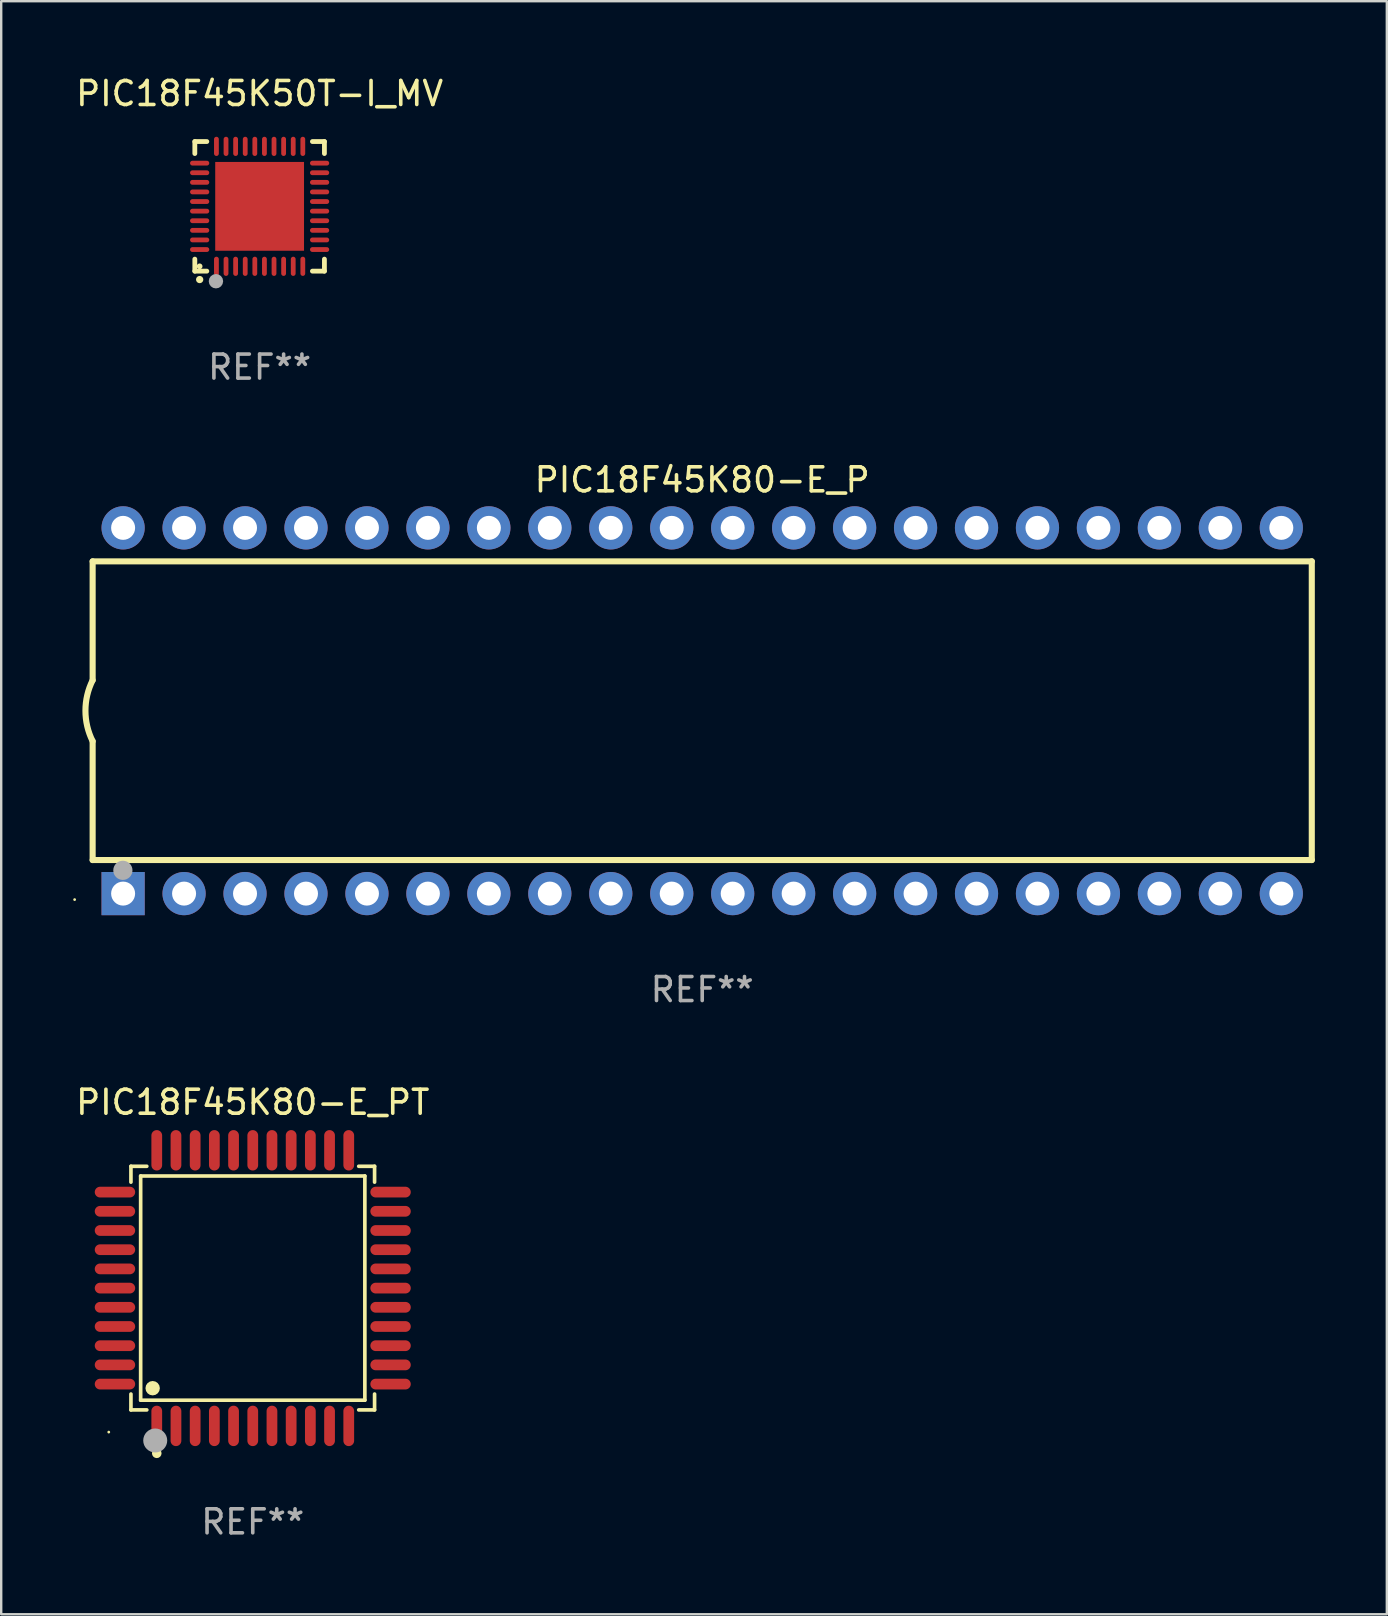
<source format=kicad_pcb>
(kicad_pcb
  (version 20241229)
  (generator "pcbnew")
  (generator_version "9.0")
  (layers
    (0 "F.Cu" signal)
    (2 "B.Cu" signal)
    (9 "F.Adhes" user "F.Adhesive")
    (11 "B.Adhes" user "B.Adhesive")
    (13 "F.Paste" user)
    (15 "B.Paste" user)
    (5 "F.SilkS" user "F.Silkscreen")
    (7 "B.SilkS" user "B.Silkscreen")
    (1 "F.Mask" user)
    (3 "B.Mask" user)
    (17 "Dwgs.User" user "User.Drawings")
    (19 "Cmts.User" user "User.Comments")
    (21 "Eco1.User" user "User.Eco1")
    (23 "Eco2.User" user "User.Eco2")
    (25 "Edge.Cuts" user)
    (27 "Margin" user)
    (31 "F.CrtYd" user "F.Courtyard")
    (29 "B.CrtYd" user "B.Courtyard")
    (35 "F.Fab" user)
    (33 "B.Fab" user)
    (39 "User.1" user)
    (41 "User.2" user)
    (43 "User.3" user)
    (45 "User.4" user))
  (footprint "PIC18F45K80-E_P"
    (layer "F.Cu")
    (at 26.21 26.565)
    (property "Reference" "PIC18F45K80-E_P" (at 0 -9.62 0) (layer "F.SilkS") (effects (font (size 1 1) (thickness 0.15))))
    (attr through_hole)
    (fp_line (start -25.4 -6.224) (end -25.4 -1.271) (stroke (width 0.254) (type solid)) (layer "F.SilkS"))
    (fp_line (start -25.4 -6.224) (end 25.4 -6.224) (stroke (width 0.254) (type solid)) (layer "F.SilkS"))
    (fp_line (start -25.4 1.269) (end -25.4 6.222) (stroke (width 0.254) (type solid)) (layer "F.SilkS"))
    (fp_line (start -25.4 6.222) (end 25.4 6.222) (stroke (width 0.254) (type solid)) (layer "F.SilkS"))
    (fp_line (start 25.4 6.222) (end 25.4 -6.224) (stroke (width 0.254) (type solid)) (layer "F.SilkS"))
    (fp_arc (start -25.4 1.269241) (mid -25.699807 -0.000762) (end -25.4 -1.270765) (stroke (width 0.254001) (type solid)) (layer "F.SilkS"))
    (fp_circle (center -26.15 7.87) (end -26.12 7.87) (stroke (width 0.06) (type solid)) (fill no) (layer "F.SilkS"))
    (fp_circle (center -24.14 6.65) (end -23.94 6.65) (stroke (width 0.4) (type solid)) (fill no) (layer "F.Fab"))
    (fp_text user "REF**" (at 0 11.62 0) (layer "F.Fab") (effects (font (size 1 1) (thickness 0.15))))
    (pad "1" thru_hole rect (at -24.13 7.62 90) (size 1.8 1.8) (drill 1) (layers "*.Cu" "*.Mask"))
    (pad "2" thru_hole circle (at -21.59 7.62) (size 1.8 1.8) (drill 1) (layers "*.Cu" "*.Mask"))
    (pad "3" thru_hole circle (at -19.05 7.62) (size 1.8 1.8) (drill 1) (layers "*.Cu" "*.Mask"))
    (pad "4" thru_hole circle (at -16.51 7.62) (size 1.8 1.8) (drill 1) (layers "*.Cu" "*.Mask"))
    (pad "5" thru_hole circle (at -13.97 7.62) (size 1.8 1.8) (drill 1) (layers "*.Cu" "*.Mask"))
    (pad "6" thru_hole circle (at -11.43 7.62) (size 1.8 1.8) (drill 1) (layers "*.Cu" "*.Mask"))
    (pad "7" thru_hole circle (at -8.89 7.62) (size 1.8 1.8) (drill 1) (layers "*.Cu" "*.Mask"))
    (pad "8" thru_hole circle (at -6.35 7.62) (size 1.8 1.8) (drill 1) (layers "*.Cu" "*.Mask"))
    (pad "9" thru_hole circle (at -3.81 7.62) (size 1.8 1.8) (drill 1) (layers "*.Cu" "*.Mask"))
    (pad "10" thru_hole circle (at -1.27 7.62) (size 1.8 1.8) (drill 1) (layers "*.Cu" "*.Mask"))
    (pad "11" thru_hole circle (at 1.27 7.62) (size 1.8 1.8) (drill 1) (layers "*.Cu" "*.Mask"))
    (pad "12" thru_hole circle (at 3.81 7.62) (size 1.8 1.8) (drill 1) (layers "*.Cu" "*.Mask"))
    (pad "13" thru_hole circle (at 6.35 7.62) (size 1.8 1.8) (drill 1) (layers "*.Cu" "*.Mask"))
    (pad "14" thru_hole circle (at 8.89 7.62) (size 1.8 1.8) (drill 1) (layers "*.Cu" "*.Mask"))
    (pad "15" thru_hole circle (at 11.43 7.62) (size 1.8 1.8) (drill 1) (layers "*.Cu" "*.Mask"))
    (pad "16" thru_hole circle (at 13.97 7.62) (size 1.8 1.8) (drill 1) (layers "*.Cu" "*.Mask"))
    (pad "17" thru_hole circle (at 16.51 7.62) (size 1.8 1.8) (drill 1) (layers "*.Cu" "*.Mask"))
    (pad "18" thru_hole circle (at 19.05 7.62) (size 1.8 1.8) (drill 1) (layers "*.Cu" "*.Mask"))
    (pad "19" thru_hole circle (at 21.59 7.62) (size 1.8 1.8) (drill 1) (layers "*.Cu" "*.Mask"))
    (pad "20" thru_hole circle (at 24.13 7.62) (size 1.8 1.8) (drill 1) (layers "*.Cu" "*.Mask"))
    (pad "21" thru_hole circle (at 24.13 -7.62) (size 1.8 1.8) (drill 1) (layers "*.Cu" "*.Mask"))
    (pad "22" thru_hole circle (at 21.59 -7.62) (size 1.8 1.8) (drill 1) (layers "*.Cu" "*.Mask"))
    (pad "23" thru_hole circle (at 19.05 -7.62) (size 1.8 1.8) (drill 1) (layers "*.Cu" "*.Mask"))
    (pad "24" thru_hole circle (at 16.51 -7.62) (size 1.8 1.8) (drill 1) (layers "*.Cu" "*.Mask"))
    (pad "25" thru_hole circle (at 13.97 -7.62) (size 1.8 1.8) (drill 1) (layers "*.Cu" "*.Mask"))
    (pad "26" thru_hole circle (at 11.43 -7.62) (size 1.8 1.8) (drill 1) (layers "*.Cu" "*.Mask"))
    (pad "27" thru_hole circle (at 8.89 -7.62) (size 1.8 1.8) (drill 1) (layers "*.Cu" "*.Mask"))
    (pad "28" thru_hole circle (at 6.35 -7.62) (size 1.8 1.8) (drill 1) (layers "*.Cu" "*.Mask"))
    (pad "29" thru_hole circle (at 3.81 -7.62) (size 1.8 1.8) (drill 1) (layers "*.Cu" "*.Mask"))
    (pad "30" thru_hole circle (at 1.27 -7.62) (size 1.8 1.8) (drill 1) (layers "*.Cu" "*.Mask"))
    (pad "31" thru_hole circle (at -1.27 -7.62) (size 1.8 1.8) (drill 1) (layers "*.Cu" "*.Mask"))
    (pad "32" thru_hole circle (at -3.81 -7.62) (size 1.8 1.8) (drill 1) (layers "*.Cu" "*.Mask"))
    (pad "33" thru_hole circle (at -6.35 -7.62) (size 1.8 1.8) (drill 1) (layers "*.Cu" "*.Mask"))
    (pad "34" thru_hole circle (at -8.89 -7.62) (size 1.8 1.8) (drill 1) (layers "*.Cu" "*.Mask"))
    (pad "35" thru_hole circle (at -11.43 -7.62) (size 1.8 1.8) (drill 1) (layers "*.Cu" "*.Mask"))
    (pad "36" thru_hole circle (at -13.97 -7.62) (size 1.8 1.8) (drill 1) (layers "*.Cu" "*.Mask"))
    (pad "37" thru_hole circle (at -16.51 -7.62) (size 1.8 1.8) (drill 1) (layers "*.Cu" "*.Mask"))
    (pad "38" thru_hole circle (at -19.05 -7.62) (size 1.8 1.8) (drill 1) (layers "*.Cu" "*.Mask"))
    (pad "39" thru_hole circle (at -21.59 -7.62) (size 1.8 1.8) (drill 1) (layers "*.Cu" "*.Mask"))
    (pad "40" thru_hole circle (at -24.13 -7.62) (size 1.8 1.8) (drill 1) (layers "*.Cu" "*.Mask")))
  (footprint "PIC18F45K80-E_PT"
    (layer "F.Cu")
    (at 7.482 50.623)
    (property "Reference" "PIC18F45K80-E_PT" (at 0 -7.742 0) (layer "F.SilkS") (effects (font (size 1 1) (thickness 0.15))))
    (attr through_hole)
    (fp_line (start -5.076 -5.076) (end -4.415 -5.076) (stroke (width 0.152) (type solid)) (layer "F.SilkS"))
    (fp_line (start -5.076 -4.415) (end -5.076 -5.076) (stroke (width 0.152) (type solid)) (layer "F.SilkS"))
    (fp_line (start -5.076 4.415) (end -5.076 5.076) (stroke (width 0.152) (type solid)) (layer "F.SilkS"))
    (fp_line (start -5.076 5.076) (end -4.415 5.076) (stroke (width 0.152) (type solid)) (layer "F.SilkS"))
    (fp_line (start -4.671 -4.671) (end 4.671 -4.671) (stroke (width 0.152) (type solid)) (layer "F.SilkS"))
    (fp_line (start -4.671 4.671) (end -4.671 -4.671) (stroke (width 0.152) (type solid)) (layer "F.SilkS"))
    (fp_line (start 4.671 -4.671) (end 4.671 4.671) (stroke (width 0.152) (type solid)) (layer "F.SilkS"))
    (fp_line (start 4.671 4.671) (end -4.671 4.671) (stroke (width 0.152) (type solid)) (layer "F.SilkS"))
    (fp_line (start 5.076 -5.076) (end 4.415 -5.076) (stroke (width 0.152) (type solid)) (layer "F.SilkS"))
    (fp_line (start 5.076 -4.415) (end 5.076 -5.076) (stroke (width 0.152) (type solid)) (layer "F.SilkS"))
    (fp_line (start 5.076 4.415) (end 5.076 5.076) (stroke (width 0.152) (type solid)) (layer "F.SilkS"))
    (fp_line (start 5.076 5.076) (end 4.415 5.076) (stroke (width 0.152) (type solid)) (layer "F.SilkS"))
    (fp_circle (center -6 6) (end -5.97 6) (stroke (width 0.06) (type solid)) (fill no) (layer "F.SilkS"))
    (fp_circle (center -4.171 4.171) (end -4.021 4.171) (stroke (width 0.3) (type solid)) (fill no) (layer "F.SilkS"))
    (fp_circle (center -4 6.884) (end -3.9 6.884) (stroke (width 0.2) (type solid)) (fill no) (layer "F.SilkS"))
    (fp_circle (center -4.064 6.35) (end -3.814 6.35) (stroke (width 0.5) (type solid)) (fill no) (layer "F.Fab"))
    (fp_text user "REF**" (at 0 9.742 0) (layer "F.Fab") (effects (font (size 1 1) (thickness 0.15))))
    (pad "1" smd oval (at -4 5.742) (size 0.448 1.684) (layers "F.Cu" "F.Mask" "F.Paste"))
    (pad "2" smd oval (at -3.2 5.742) (size 0.448 1.684) (layers "F.Cu" "F.Mask" "F.Paste"))
    (pad "3" smd oval (at -2.4 5.742) (size 0.448 1.684) (layers "F.Cu" "F.Mask" "F.Paste"))
    (pad "4" smd oval (at -1.6 5.742) (size 0.448 1.684) (layers "F.Cu" "F.Mask" "F.Paste"))
    (pad "5" smd oval (at -0.8 5.742) (size 0.448 1.684) (layers "F.Cu" "F.Mask" "F.Paste"))
    (pad "6" smd oval (at 0 5.742) (size 0.448 1.684) (layers "F.Cu" "F.Mask" "F.Paste"))
    (pad "7" smd oval (at 0.8 5.742) (size 0.448 1.684) (layers "F.Cu" "F.Mask" "F.Paste"))
    (pad "8" smd oval (at 1.6 5.742) (size 0.448 1.684) (layers "F.Cu" "F.Mask" "F.Paste"))
    (pad "9" smd oval (at 2.4 5.742) (size 0.448 1.684) (layers "F.Cu" "F.Mask" "F.Paste"))
    (pad "10" smd oval (at 3.2 5.742) (size 0.448 1.684) (layers "F.Cu" "F.Mask" "F.Paste"))
    (pad "11" smd oval (at 4 5.742) (size 0.448 1.684) (layers "F.Cu" "F.Mask" "F.Paste"))
    (pad "12" smd oval (at 5.742 4) (size 1.684 0.448) (layers "F.Cu" "F.Mask" "F.Paste"))
    (pad "13" smd oval (at 5.742 3.2) (size 1.684 0.448) (layers "F.Cu" "F.Mask" "F.Paste"))
    (pad "14" smd oval (at 5.742 2.4) (size 1.684 0.448) (layers "F.Cu" "F.Mask" "F.Paste"))
    (pad "15" smd oval (at 5.742 1.6) (size 1.684 0.448) (layers "F.Cu" "F.Mask" "F.Paste"))
    (pad "16" smd oval (at 5.742 0.8) (size 1.684 0.448) (layers "F.Cu" "F.Mask" "F.Paste"))
    (pad "17" smd oval (at 5.742 0) (size 1.684 0.448) (layers "F.Cu" "F.Mask" "F.Paste"))
    (pad "18" smd oval (at 5.742 -0.8) (size 1.684 0.448) (layers "F.Cu" "F.Mask" "F.Paste"))
    (pad "19" smd oval (at 5.742 -1.6) (size 1.684 0.448) (layers "F.Cu" "F.Mask" "F.Paste"))
    (pad "20" smd oval (at 5.742 -2.4) (size 1.684 0.448) (layers "F.Cu" "F.Mask" "F.Paste"))
    (pad "21" smd oval (at 5.742 -3.2) (size 1.684 0.448) (layers "F.Cu" "F.Mask" "F.Paste"))
    (pad "22" smd oval (at 5.742 -4) (size 1.684 0.448) (layers "F.Cu" "F.Mask" "F.Paste"))
    (pad "23" smd oval (at 4 -5.742) (size 0.448 1.684) (layers "F.Cu" "F.Mask" "F.Paste"))
    (pad "24" smd oval (at 3.2 -5.742) (size 0.448 1.684) (layers "F.Cu" "F.Mask" "F.Paste"))
    (pad "25" smd oval (at 2.4 -5.742) (size 0.448 1.684) (layers "F.Cu" "F.Mask" "F.Paste"))
    (pad "26" smd oval (at 1.6 -5.742) (size 0.448 1.684) (layers "F.Cu" "F.Mask" "F.Paste"))
    (pad "27" smd oval (at 0.8 -5.742) (size 0.448 1.684) (layers "F.Cu" "F.Mask" "F.Paste"))
    (pad "28" smd oval (at 0 -5.742) (size 0.448 1.684) (layers "F.Cu" "F.Mask" "F.Paste"))
    (pad "29" smd oval (at -0.8 -5.742) (size 0.448 1.684) (layers "F.Cu" "F.Mask" "F.Paste"))
    (pad "30" smd oval (at -1.6 -5.742) (size 0.448 1.684) (layers "F.Cu" "F.Mask" "F.Paste"))
    (pad "31" smd oval (at -2.4 -5.742) (size 0.448 1.684) (layers "F.Cu" "F.Mask" "F.Paste"))
    (pad "32" smd oval (at -3.2 -5.742) (size 0.448 1.684) (layers "F.Cu" "F.Mask" "F.Paste"))
    (pad "33" smd oval (at -4 -5.742) (size 0.448 1.684) (layers "F.Cu" "F.Mask" "F.Paste"))
    (pad "34" smd oval (at -5.742 -4) (size 1.684 0.448) (layers "F.Cu" "F.Mask" "F.Paste"))
    (pad "35" smd oval (at -5.742 -3.2) (size 1.684 0.448) (layers "F.Cu" "F.Mask" "F.Paste"))
    (pad "36" smd oval (at -5.742 -2.4) (size 1.684 0.448) (layers "F.Cu" "F.Mask" "F.Paste"))
    (pad "37" smd oval (at -5.742 -1.6) (size 1.684 0.448) (layers "F.Cu" "F.Mask" "F.Paste"))
    (pad "38" smd oval (at -5.742 -0.8) (size 1.684 0.448) (layers "F.Cu" "F.Mask" "F.Paste"))
    (pad "39" smd oval (at -5.742 0) (size 1.684 0.448) (layers "F.Cu" "F.Mask" "F.Paste"))
    (pad "40" smd oval (at -5.742 0.8) (size 1.684 0.448) (layers "F.Cu" "F.Mask" "F.Paste"))
    (pad "41" smd oval (at -5.742 1.6) (size 1.684 0.448) (layers "F.Cu" "F.Mask" "F.Paste"))
    (pad "42" smd oval (at -5.742 2.4) (size 1.684 0.448) (layers "F.Cu" "F.Mask" "F.Paste"))
    (pad "43" smd oval (at -5.742 3.2) (size 1.684 0.448) (layers "F.Cu" "F.Mask" "F.Paste"))
    (pad "44" smd oval (at -5.742 4) (size 1.684 0.448) (layers "F.Cu" "F.Mask" "F.Paste")))
  (footprint "PIC18F45K50T-I_MV"
    (layer "F.Cu")
    (at 7.768 5.548)
    (property "Reference" "PIC18F45K50T-I_MV" (at 0 -4.7 0) (layer "F.SilkS") (effects (font (size 1 1) (thickness 0.15))))
    (attr through_hole)
    (fp_line (start -2.7 -2.7) (end -2.7 -2.2) (stroke (width 0.2) (type solid)) (layer "F.SilkS"))
    (fp_line (start -2.7 2.7) (end -2.7 2.2) (stroke (width 0.2) (type solid)) (layer "F.SilkS"))
    (fp_line (start -2.2 -2.7) (end -2.7 -2.7) (stroke (width 0.2) (type solid)) (layer "F.SilkS"))
    (fp_line (start -2.2 2.7) (end -2.7 2.7) (stroke (width 0.2) (type solid)) (layer "F.SilkS"))
    (fp_line (start 2.7 -2.7) (end 2.2 -2.7) (stroke (width 0.2) (type solid)) (layer "F.SilkS"))
    (fp_line (start 2.7 -2.2) (end 2.7 -2.7) (stroke (width 0.2) (type solid)) (layer "F.SilkS"))
    (fp_line (start 2.7 2.2) (end 2.7 2.7) (stroke (width 0.2) (type solid)) (layer "F.SilkS"))
    (fp_line (start 2.7 2.7) (end 2.2 2.7) (stroke (width 0.2) (type solid)) (layer "F.SilkS"))
    (fp_arc (start -2.499365 3.050546) (mid -2.498095 3.050541) (end -2.496825 3.050546) (stroke (width 0.3) (type solid)) (layer "F.SilkS"))
    (fp_circle (center -2.5 2.5) (end -2.44 2.5) (stroke (width 0.12) (type solid)) (fill no) (layer "F.SilkS"))
    (fp_circle (center -1.82 3.12) (end -1.67 3.12) (stroke (width 0.3) (type solid)) (fill no) (layer "F.Fab"))
    (fp_text user "REF**" (at 0 6.7 0) (layer "F.Fab") (effects (font (size 1 1) (thickness 0.15))))
    (pad "1" smd oval (at -1.8 2.499) (size 0.2 0.8) (layers "F.Cu" "F.Mask" "F.Paste"))
    (pad "2" smd oval (at -1.4 2.499) (size 0.2 0.8) (layers "F.Cu" "F.Mask" "F.Paste"))
    (pad "3" smd oval (at -1 2.499) (size 0.2 0.8) (layers "F.Cu" "F.Mask" "F.Paste"))
    (pad "4" smd oval (at -0.6 2.499) (size 0.2 0.8) (layers "F.Cu" "F.Mask" "F.Paste"))
    (pad "5" smd oval (at -0.2 2.499) (size 0.2 0.8) (layers "F.Cu" "F.Mask" "F.Paste"))
    (pad "6" smd oval (at 0.2 2.499) (size 0.2 0.8) (layers "F.Cu" "F.Mask" "F.Paste"))
    (pad "7" smd oval (at 0.6 2.499) (size 0.2 0.8) (layers "F.Cu" "F.Mask" "F.Paste"))
    (pad "8" smd oval (at 1 2.499) (size 0.2 0.8) (layers "F.Cu" "F.Mask" "F.Paste"))
    (pad "9" smd oval (at 1.4 2.499) (size 0.2 0.8) (layers "F.Cu" "F.Mask" "F.Paste"))
    (pad "10" smd oval (at 1.8 2.499) (size 0.2 0.8) (layers "F.Cu" "F.Mask" "F.Paste"))
    (pad "11" smd oval (at 2.499 1.8) (size 0.8 0.2) (layers "F.Cu" "F.Mask" "F.Paste"))
    (pad "12" smd oval (at 2.499 1.4) (size 0.8 0.2) (layers "F.Cu" "F.Mask" "F.Paste"))
    (pad "13" smd oval (at 2.499 1) (size 0.8 0.2) (layers "F.Cu" "F.Mask" "F.Paste"))
    (pad "14" smd oval (at 2.499 0.6) (size 0.8 0.2) (layers "F.Cu" "F.Mask" "F.Paste"))
    (pad "15" smd oval (at 2.499 0.2) (size 0.8 0.2) (layers "F.Cu" "F.Mask" "F.Paste"))
    (pad "16" smd oval (at 2.499 -0.2) (size 0.8 0.2) (layers "F.Cu" "F.Mask" "F.Paste"))
    (pad "17" smd oval (at 2.499 -0.6) (size 0.8 0.2) (layers "F.Cu" "F.Mask" "F.Paste"))
    (pad "18" smd oval (at 2.499 -1) (size 0.8 0.2) (layers "F.Cu" "F.Mask" "F.Paste"))
    (pad "19" smd oval (at 2.499 -1.4) (size 0.8 0.2) (layers "F.Cu" "F.Mask" "F.Paste"))
    (pad "20" smd oval (at 2.499 -1.8) (size 0.8 0.2) (layers "F.Cu" "F.Mask" "F.Paste"))
    (pad "21" smd oval (at 1.8 -2.499) (size 0.2 0.8) (layers "F.Cu" "F.Mask" "F.Paste"))
    (pad "22" smd oval (at 1.4 -2.499) (size 0.2 0.8) (layers "F.Cu" "F.Mask" "F.Paste"))
    (pad "23" smd oval (at 1 -2.499) (size 0.2 0.8) (layers "F.Cu" "F.Mask" "F.Paste"))
    (pad "24" smd oval (at 0.6 -2.499) (size 0.2 0.8) (layers "F.Cu" "F.Mask" "F.Paste"))
    (pad "25" smd oval (at 0.2 -2.499) (size 0.2 0.8) (layers "F.Cu" "F.Mask" "F.Paste"))
    (pad "26" smd oval (at -0.2 -2.499) (size 0.2 0.8) (layers "F.Cu" "F.Mask" "F.Paste"))
    (pad "27" smd oval (at -0.6 -2.499) (size 0.2 0.8) (layers "F.Cu" "F.Mask" "F.Paste"))
    (pad "28" smd oval (at -1 -2.499) (size 0.2 0.8) (layers "F.Cu" "F.Mask" "F.Paste"))
    (pad "29" smd oval (at -1.4 -2.499) (size 0.2 0.8) (layers "F.Cu" "F.Mask" "F.Paste"))
    (pad "30" smd oval (at -1.8 -2.499) (size 0.2 0.8) (layers "F.Cu" "F.Mask" "F.Paste"))
    (pad "31" smd oval (at -2.499 -1.8) (size 0.8 0.2) (layers "F.Cu" "F.Mask" "F.Paste"))
    (pad "32" smd oval (at -2.499 -1.4) (size 0.8 0.2) (layers "F.Cu" "F.Mask" "F.Paste"))
    (pad "33" smd oval (at -2.499 -1) (size 0.8 0.2) (layers "F.Cu" "F.Mask" "F.Paste"))
    (pad "34" smd oval (at -2.499 -0.6) (size 0.8 0.2) (layers "F.Cu" "F.Mask" "F.Paste"))
    (pad "35" smd oval (at -2.499 -0.2) (size 0.8 0.2) (layers "F.Cu" "F.Mask" "F.Paste"))
    (pad "36" smd oval (at -2.499 0.2) (size 0.8 0.2) (layers "F.Cu" "F.Mask" "F.Paste"))
    (pad "37" smd oval (at -2.499 0.6) (size 0.8 0.2) (layers "F.Cu" "F.Mask" "F.Paste"))
    (pad "38" smd oval (at -2.499 1) (size 0.8 0.2) (layers "F.Cu" "F.Mask" "F.Paste"))
    (pad "39" smd oval (at -2.499 1.4) (size 0.8 0.2) (layers "F.Cu" "F.Mask" "F.Paste"))
    (pad "40" smd oval (at -2.499 1.8) (size 0.8 0.2) (layers "F.Cu" "F.Mask" "F.Paste"))
    (pad "41" smd rect (at 0 0) (size 3.7 3.7) (layers "F.Cu" "F.Mask" "F.Paste")))
  (gr_rect
    (start -3 -3)
    (end 54.737 64.213)
    (stroke (width 0.1) (type default))
    (fill no)
    (layer "Edge.Cuts")))
</source>
